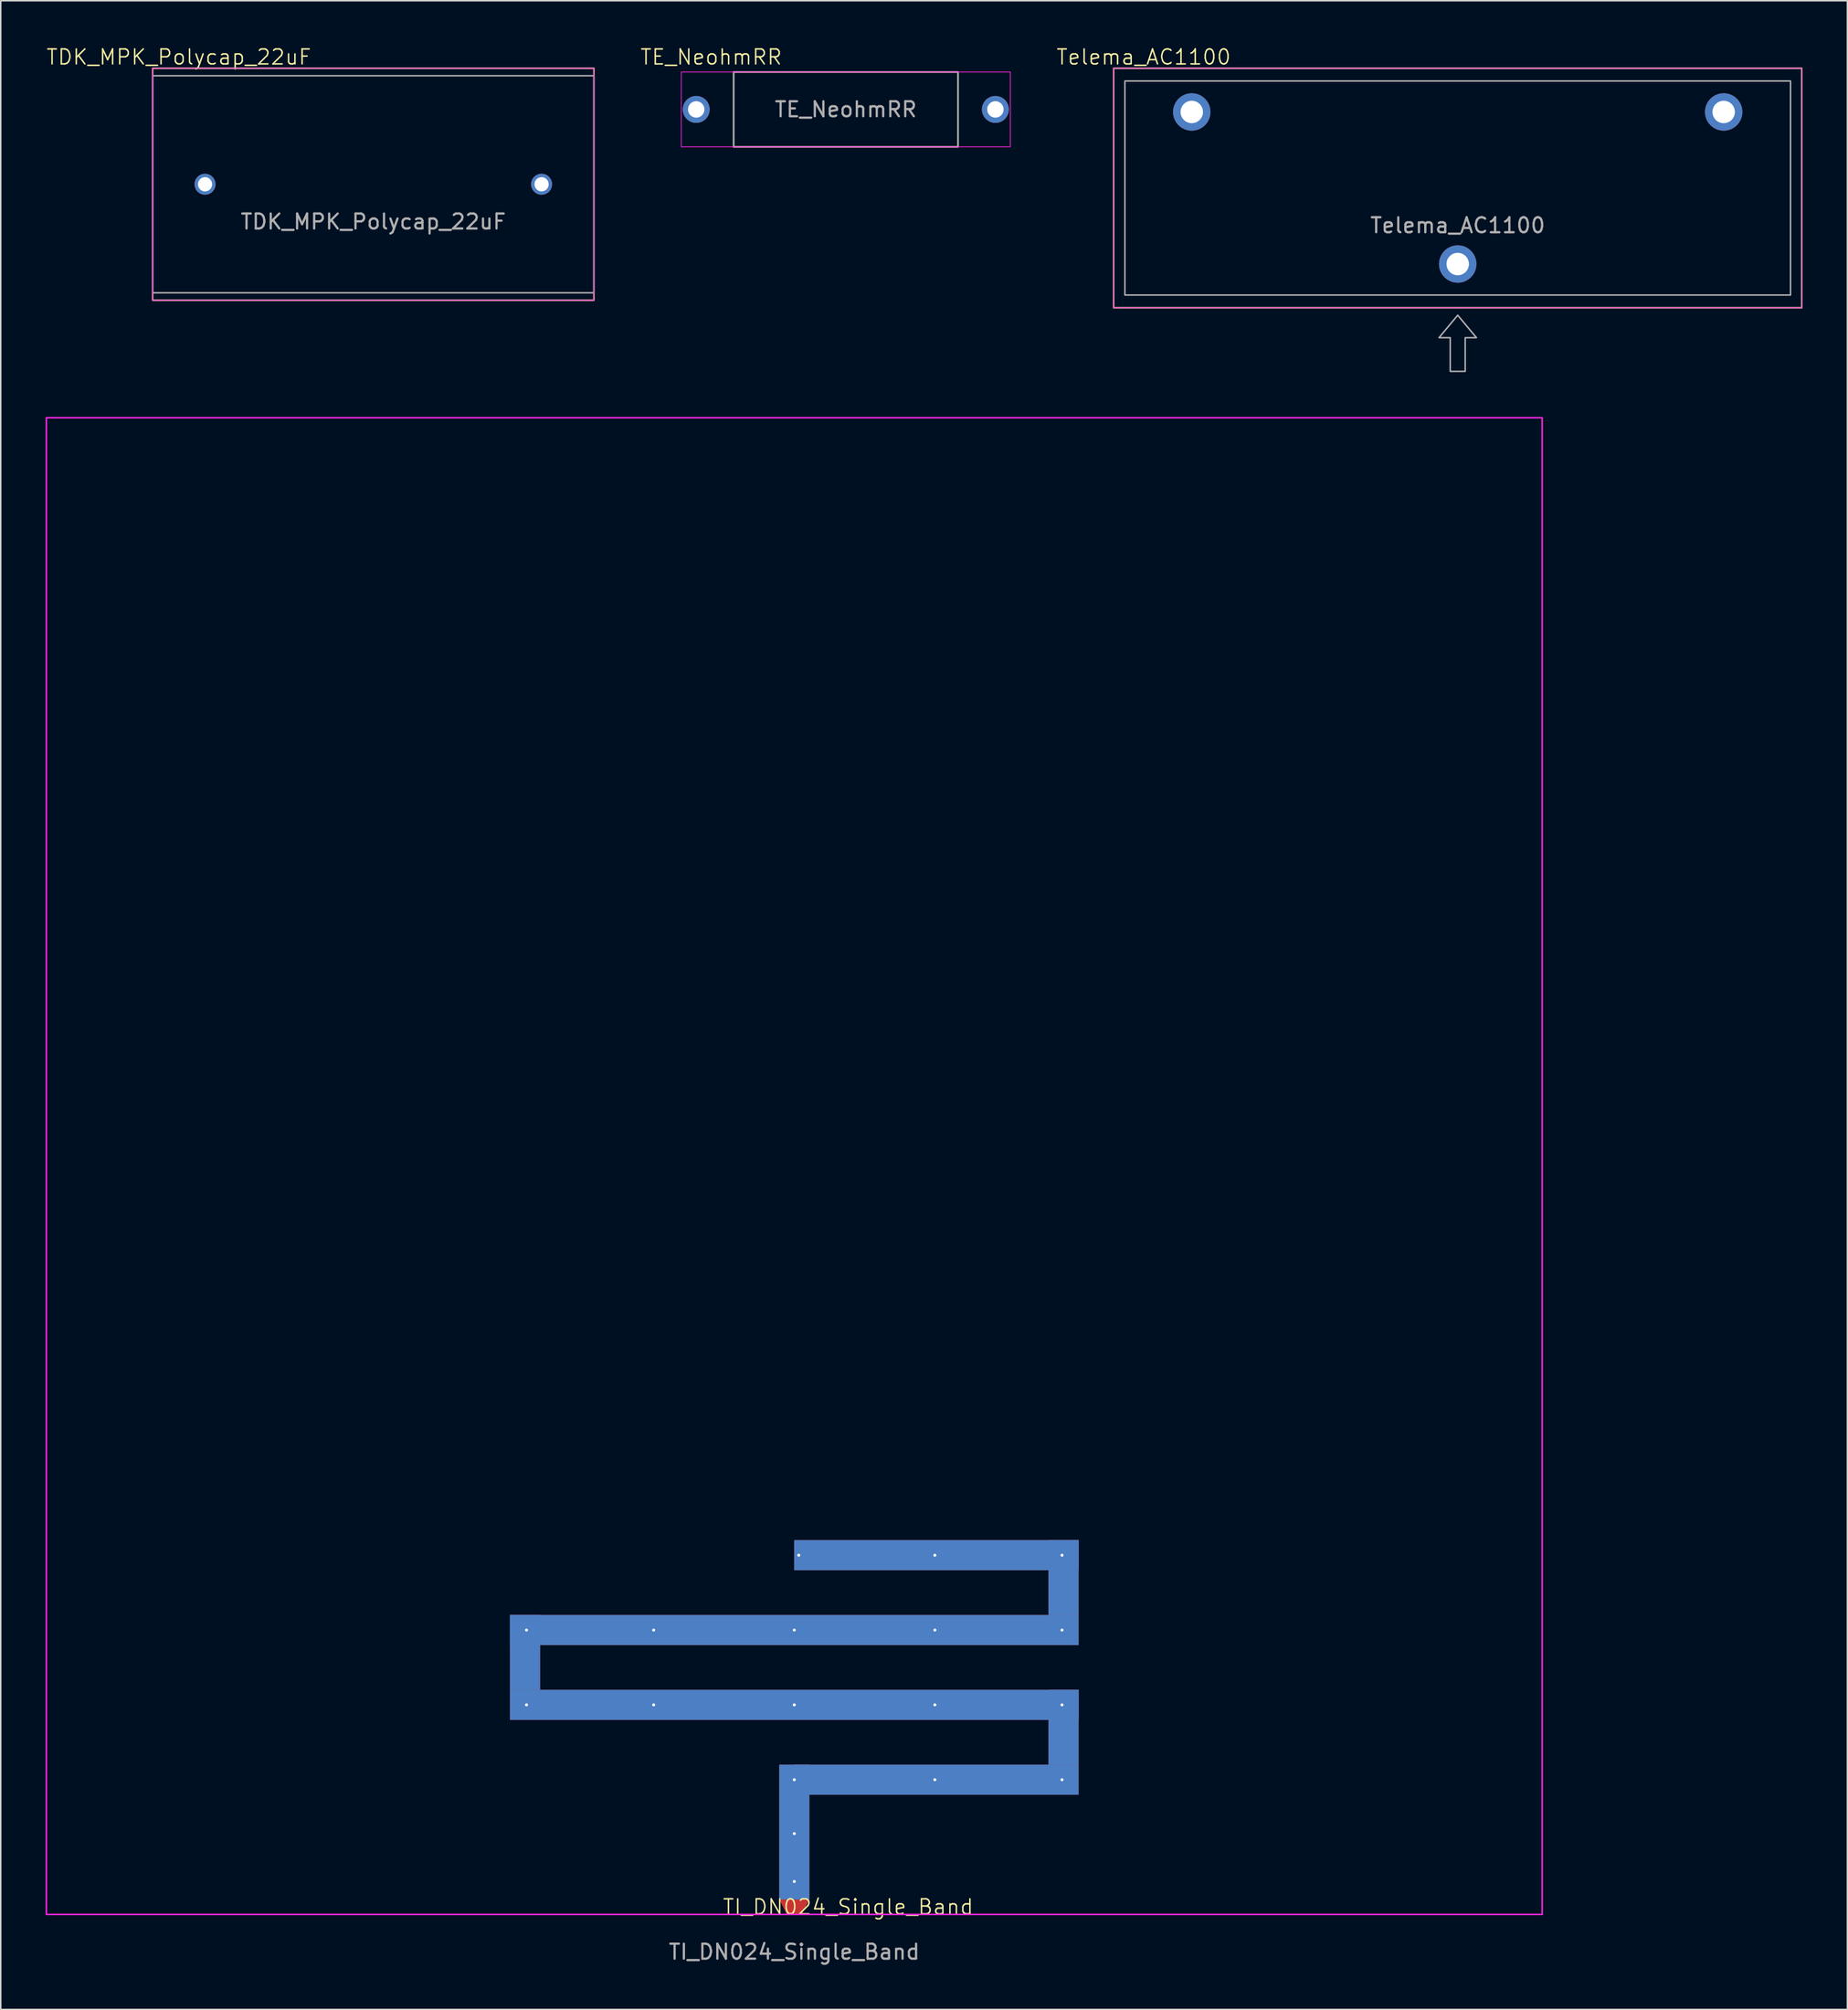
<source format=kicad_pcb>
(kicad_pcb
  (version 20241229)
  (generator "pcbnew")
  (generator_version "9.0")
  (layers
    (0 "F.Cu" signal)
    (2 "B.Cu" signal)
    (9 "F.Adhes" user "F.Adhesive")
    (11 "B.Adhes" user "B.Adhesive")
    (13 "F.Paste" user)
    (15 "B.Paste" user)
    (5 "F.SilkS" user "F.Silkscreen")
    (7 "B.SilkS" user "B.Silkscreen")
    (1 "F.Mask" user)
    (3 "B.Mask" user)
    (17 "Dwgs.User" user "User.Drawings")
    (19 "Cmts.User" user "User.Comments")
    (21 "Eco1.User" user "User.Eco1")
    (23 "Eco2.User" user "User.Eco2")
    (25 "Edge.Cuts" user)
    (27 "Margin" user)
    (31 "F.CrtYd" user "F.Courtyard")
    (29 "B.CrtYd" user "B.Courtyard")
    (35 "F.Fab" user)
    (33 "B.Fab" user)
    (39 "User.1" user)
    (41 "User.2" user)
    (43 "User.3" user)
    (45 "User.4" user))
  (footprint "TE_NeohmRR"
    (layer "F.Cu")
    (at 53.495 4.261)
    (property "Reference" "TE_NeohmRR" (at -9 -3.5 0) (unlocked yes) (layer "F.SilkS") (effects (font (size 1 1) (thickness 0.1))))
    (attr through_hole)
    (fp_rect (start -7.5 -2.5) (end 7.5 2.5) (stroke (width 0.1) (type default)) (fill no) (layer "F.SilkS"))
    (fp_rect (start -11 -2.5) (end 11 2.5) (stroke (width 0.05) (type default)) (fill no) (layer "F.CrtYd"))
    (fp_rect (start -7.5 -2.5) (end 7.5 2.5) (stroke (width 0.1) (type default)) (fill no) (layer "F.Fab"))
    (fp_text user "${REFERENCE}" (at 0 0 0) (unlocked yes) (layer "F.Fab") (effects (font (size 1 1) (thickness 0.15))))
    (pad "1" thru_hole circle (at -10 0) (size 1.8 1.8) (drill 1.1) (layers "*.Cu" "*.Mask"))
    (pad "2" thru_hole circle (at 10 0) (size 1.8 1.8) (drill 1.1) (layers "*.Cu" "*.Mask")))
  (footprint "TI_DN024_Single_Band"
    (layer "F.Cu")
    (at 50.05 124.861)
    (property "Reference" "TI_DN024_Single_Band" (at 3.6 -0.5 0) (unlocked yes) (layer "F.SilkS") (effects (font (size 1 1) (thickness 0.1))))
    (attr smd)
    (fp_rect (start -19 -20) (end -17 -15) (stroke (width 0.01) (type default)) (fill yes) (layer "F.Cu"))
    (fp_rect (start -19 -20) (end 19 -18) (stroke (width 0.01) (type default)) (fill yes) (layer "F.Cu"))
    (fp_rect (start -19 -15) (end 19 -13) (stroke (width 0.01) (type default)) (fill yes) (layer "F.Cu"))
    (fp_rect (start -1 -10) (end 1 -1) (stroke (width 0.01) (type default)) (fill yes) (layer "F.Cu"))
    (fp_rect (start 0 -25) (end 19 -23) (stroke (width 0.01) (type default)) (fill yes) (layer "F.Cu"))
    (fp_rect (start 0 -10) (end 19 -8) (stroke (width 0.01) (type default)) (fill yes) (layer "F.Cu"))
    (fp_rect (start 17 -25) (end 19 -20) (stroke (width 0.01) (type default)) (fill yes) (layer "F.Cu"))
    (fp_rect (start 17 -15) (end 19 -10) (stroke (width 0.01) (type default)) (fill yes) (layer "F.Cu"))
    (fp_rect (start -19 -20) (end -17 -15) (stroke (width 0.01) (type default)) (fill yes) (layer "B.Cu"))
    (fp_rect (start -19 -20) (end 19 -18) (stroke (width 0.01) (type default)) (fill yes) (layer "B.Cu"))
    (fp_rect (start -19 -15) (end 19 -13) (stroke (width 0.01) (type default)) (fill yes) (layer "B.Cu"))
    (fp_rect (start -1 -10) (end 1 -1) (stroke (width 0.01) (type default)) (fill yes) (layer "B.Cu"))
    (fp_rect (start 0 -25) (end 19 -23) (stroke (width 0.01) (type default)) (fill yes) (layer "B.Cu"))
    (fp_rect (start 0 -10) (end 19 -8) (stroke (width 0.01) (type default)) (fill yes) (layer "B.Cu"))
    (fp_rect (start 17 -25) (end 19 -20) (stroke (width 0.01) (type default)) (fill yes) (layer "B.Cu"))
    (fp_rect (start 17 -15) (end 19 -10) (stroke (width 0.01) (type default)) (fill yes) (layer "B.Cu"))
    (fp_rect (start -50 -100) (end 50 0) (stroke (width 0.1) (type default)) (fill no) (layer "F.CrtYd"))
    (fp_text user "${REFERENCE}" (at 0 2.5 0) (unlocked yes) (layer "F.Fab") (effects (font (size 1 1) (thickness 0.15))))
    (pad "" thru_hole circle (at -17.9 -19 180) (size 0.5 0.5) (drill 0.2) (layers "*.Cu" "*.Mask"))
    (pad "" thru_hole circle (at -17.9 -14 180) (size 0.5 0.5) (drill 0.2) (layers "*.Cu" "*.Mask"))
    (pad "" thru_hole circle (at -9.4 -19 180) (size 0.5 0.5) (drill 0.2) (layers "*.Cu" "*.Mask"))
    (pad "" thru_hole circle (at -9.4 -14 180) (size 0.5 0.5) (drill 0.2) (layers "*.Cu" "*.Mask"))
    (pad "" thru_hole circle (at 0 -19 180) (size 0.5 0.5) (drill 0.2) (layers "*.Cu" "*.Mask"))
    (pad "" thru_hole circle (at 0 -14 180) (size 0.5 0.5) (drill 0.2) (layers "*.Cu" "*.Mask"))
    (pad "" thru_hole circle (at 0 -9 180) (size 0.5 0.5) (drill 0.2) (layers "*.Cu" "*.Mask"))
    (pad "" thru_hole circle (at 0 -5.4 180) (size 0.5 0.5) (drill 0.2) (layers "*.Cu" "*.Mask"))
    (pad "" thru_hole circle (at 0 -2.2 180) (size 0.5 0.5) (drill 0.2) (layers "*.Cu" "*.Mask"))
    (pad "" thru_hole circle (at 0.3 -24 180) (size 0.5 0.5) (drill 0.2) (layers "*.Cu" "*.Mask"))
    (pad "" thru_hole circle (at 9.4 -24 180) (size 0.5 0.5) (drill 0.2) (layers "*.Cu" "*.Mask"))
    (pad "" thru_hole circle (at 9.4 -19 180) (size 0.5 0.5) (drill 0.2) (layers "*.Cu" "*.Mask"))
    (pad "" thru_hole circle (at 9.4 -14 180) (size 0.5 0.5) (drill 0.2) (layers "*.Cu" "*.Mask"))
    (pad "" thru_hole circle (at 9.4 -9 180) (size 0.5 0.5) (drill 0.2) (layers "*.Cu" "*.Mask"))
    (pad "" thru_hole circle (at 17.9 -24 180) (size 0.5 0.5) (drill 0.2) (layers "*.Cu" "*.Mask"))
    (pad "" thru_hole circle (at 17.9 -19 180) (size 0.5 0.5) (drill 0.2) (layers "*.Cu" "*.Mask"))
    (pad "" thru_hole circle (at 17.9 -14 180) (size 0.5 0.5) (drill 0.2) (layers "*.Cu" "*.Mask"))
    (pad "" thru_hole circle (at 17.9 -9 180) (size 0.5 0.5) (drill 0.2) (layers "*.Cu" "*.Mask"))
    (pad "1" smd trapezoid (at 0 -0.5 180) (size 1.5 1) (rect_delta 0 0.5) (layers "F.Cu" "F.Mask"))
    (zone (net_name "") (layer "F.CrtYd") (hatch edge 0.5) (connect_pads) (min_thickness 0.25) (filled_areas_thickness no) (keepout (tracks not_allowed) (vias not_allowed) (pads not_allowed) (copperpour not_allowed) (footprints not_allowed)) (placement (enabled no)) (fill) (polygon (pts (xy 100.05 24.86) (xy 100.05 124.861) (xy 0.05 124.861) (xy 0.05 24.86)))))
  (footprint "TDK_MPK_Polycap_22uF"
    (layer "F.Cu")
    (at 21.907 9.261)
    (property "Reference" "TDK_MPK_Polycap_22uF" (at -13 -8.5 0) (unlocked yes) (layer "F.SilkS") (effects (font (size 1 1) (thickness 0.1))))
    (attr through_hole)
    (fp_rect (start 14.75 -7.75) (end -14.75 7.75) (stroke (width 0.1) (type default)) (fill no) (layer "F.SilkS"))
    (fp_rect (start -14.75 -7.75) (end 14.75 7.75) (stroke (width 0.05) (type default)) (fill no) (layer "F.CrtYd"))
    (fp_rect (start -14.75 -7.25) (end 14.75 7.25) (stroke (width 0.1) (type default)) (fill no) (layer "F.Fab"))
    (fp_text user "${REFERENCE}" (at 0 2.5 0) (unlocked yes) (layer "F.Fab") (effects (font (size 1 1) (thickness 0.15))))
    (pad "1" thru_hole circle (at -11.25 0) (size 1.4 1.4) (drill 0.95) (layers "*.Cu" "*.Mask"))
    (pad "2" thru_hole circle (at 11.25 0) (size 1.4 1.4) (drill 0.95) (layers "*.Cu" "*.Mask")))
  (footprint "Telema_AC1100"
    (layer "F.Cu")
    (at 94.404 9.511)
    (property "Reference" "Telema_AC1100" (at -21 -8.75 0) (unlocked yes) (layer "F.SilkS") (effects (font (size 1 1) (thickness 0.1))))
    (attr through_hole)
    (fp_rect (start -23 -8) (end 23 8) (stroke (width 0.1) (type default)) (fill no) (layer "F.SilkS"))
    (fp_rect (start -23 -8) (end 23 8) (stroke (width 0.05) (type default)) (fill no) (layer "F.CrtYd"))
    (fp_rect (start -22.25 -7.15) (end 22.25 7.15) (stroke (width 0.1) (type default)) (fill no) (layer "F.Fab"))
    (fp_poly (pts (xy 0 8.5) (xy -1.25 10) (xy -0.5 10) (xy -0.5 12.25) (xy 0.5 12.25) (xy 0.5 10) (xy 1.25 10)) (stroke (width 0.1) (type solid)) (fill no) (layer "F.Fab"))
    (fp_text user "${REFERENCE}" (at 0 2.5 0) (unlocked yes) (layer "F.Fab") (effects (font (size 1 1) (thickness 0.15))))
    (pad "" thru_hole circle (at 0 5.08) (size 2.5 2.5) (drill 1.5) (layers "*.Cu" "*.Mask"))
    (pad "1" thru_hole circle (at -17.78 -5.08) (size 2.5 2.5) (drill 1.5) (layers "*.Cu" "*.Mask"))
    (pad "2" thru_hole circle (at 17.78 -5.08) (size 2.5 2.5) (drill 1.5) (layers "*.Cu" "*.Mask")))
  (gr_rect
    (start -3 -3)
    (end 120.454 131.209)
    (stroke (width 0.1) (type default))
    (fill no)
    (layer "Edge.Cuts")))
</source>
